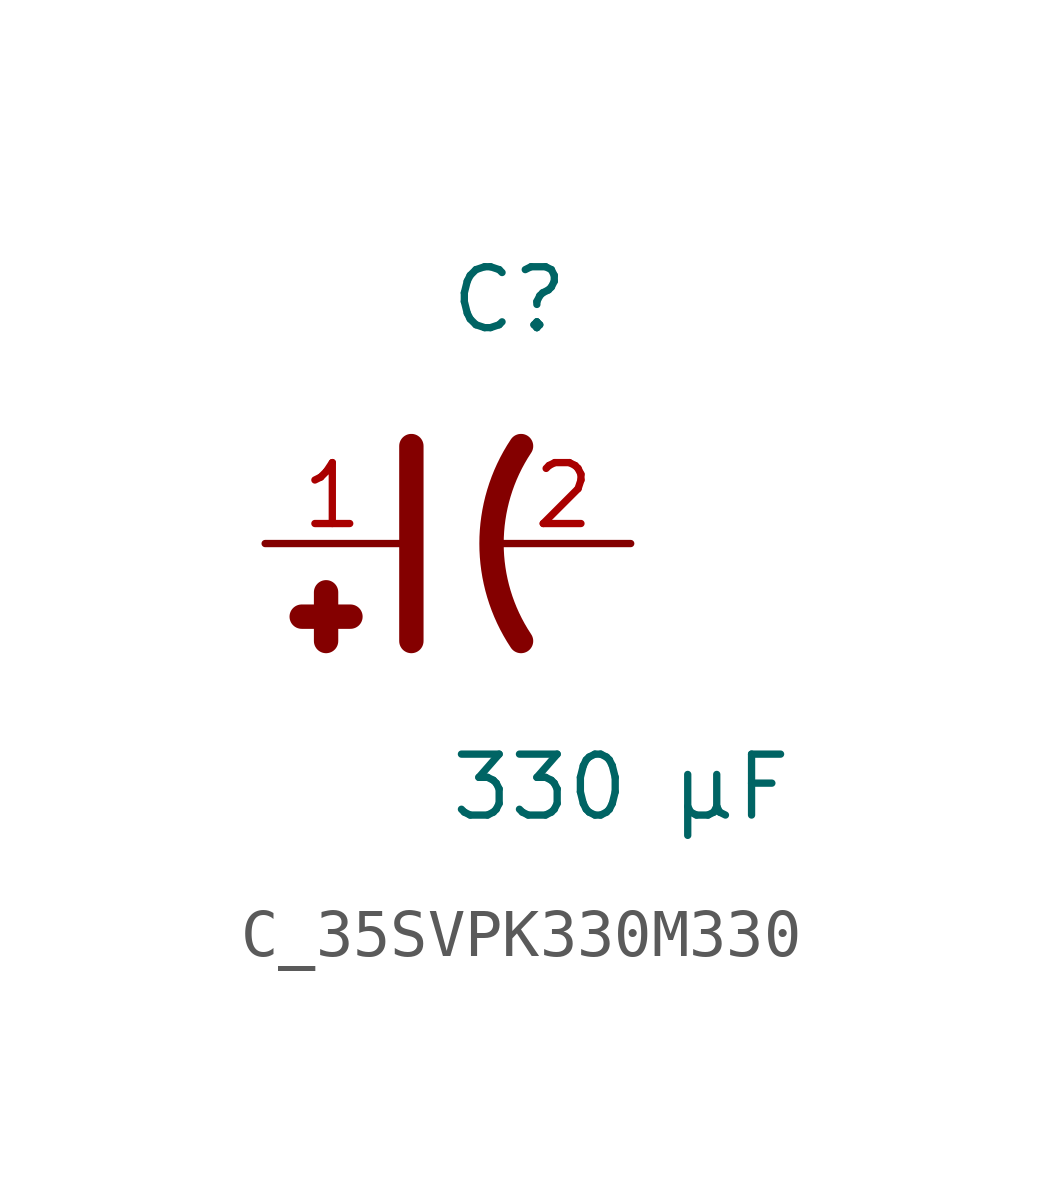
<source format=kicad_sym>
(kicad_symbol_lib
  (version 20231120)
  (generator kicad_symbol_editor)
  (generator_version 8.0)
  (symbol "C_35SVPK330M330"
    (pin_names
      (offset 0.254))
    (property "Reference" "C"
      (at 0 5.08 0)
      (effects (font (size 1.27 1.27)) (justify left)))
    (property "Value" "330 µF"
      (at 0 -5.08 0)
      (effects (font (size 1.27 1.27)) (justify left)))
    (symbol "C_35SVPK330M330_0_1"
      (polyline (pts (xy -0.762 -2.032) (xy -0.762 2.032)) (stroke (width 0.508) (type default)) (fill (type none)))
      (polyline (pts (xy -2.54 -1.016) (xy -2.54 -2.032)) (stroke (width 0.508) (type default)) (fill (type none)))
      (polyline (pts (xy -2.032 -1.524) (xy -3.048 -1.524)) (stroke (width 0.508) (type default)) (fill (type none)))
      (arc (start 1.524 2.032) (mid 0.9088 0) (end 1.524 -2.032) (stroke (width 0.508) (type default)) (fill (type none))))
    (pin passive line
      (at -3.81 0 0)
      (length 2.8)
      (name "" (effects (font (size 1.27 1.27))))
      (number "1" (effects (font (size 1.27 1.27)))))
    (pin passive line
      (at 3.81 0 180)
      (length 2.8)
      (name "" (effects (font (size 1.27 1.27))))
      (number "2" (effects (font (size 1.27 1.27)))))))
</source>
